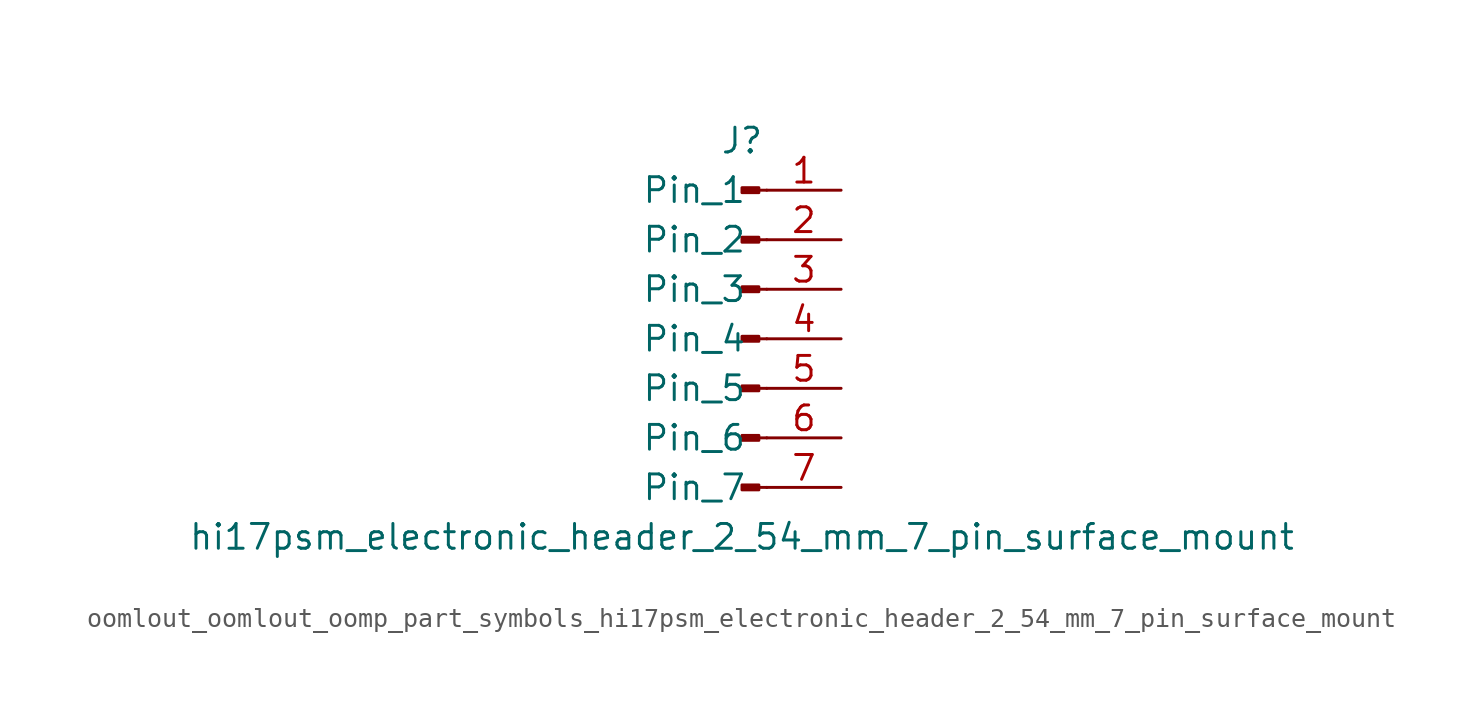
<source format=kicad_sym>
(kicad_symbol_lib
  (version 20220914)
  (generator kicad_symbol_editor)
  (symbol "oomlout_oomlout_oomp_part_symbols_hi17psm_electronic_header_2_54_mm_7_pin_surface_mount"
    (pin_names
      (offset 1.016))
    (property "Reference" "J"
      (at 0 10.16 0)
      (effects (font (size 1.27 1.27))))
    (property "Value" "hi17psm_electronic_header_2_54_mm_7_pin_surface_mount"
      (at 0 -10.16 0)
      (effects (font (size 1.27 1.27))))
    (property "ki_locked" ""
      (at 0 0 0)
      (effects (font (size 1.27 1.27))))
    (symbol "oomlout_oomlout_oomp_part_symbols_hi17psm_electronic_header_2_54_mm_7_pin_surface_mount_1_1"
      (polyline (pts (xy 1.27 -7.62) (xy 0.864 -7.62)) (stroke (width 0.152) (type default)) (fill (type none)))
      (polyline (pts (xy 1.27 -5.08) (xy 0.864 -5.08)) (stroke (width 0.152) (type default)) (fill (type none)))
      (polyline (pts (xy 1.27 -2.54) (xy 0.864 -2.54)) (stroke (width 0.152) (type default)) (fill (type none)))
      (polyline (pts (xy 1.27 0) (xy 0.864 0)) (stroke (width 0.152) (type default)) (fill (type none)))
      (polyline (pts (xy 1.27 2.54) (xy 0.864 2.54)) (stroke (width 0.152) (type default)) (fill (type none)))
      (polyline (pts (xy 1.27 5.08) (xy 0.864 5.08)) (stroke (width 0.152) (type default)) (fill (type none)))
      (polyline (pts (xy 1.27 7.62) (xy 0.864 7.62)) (stroke (width 0.152) (type default)) (fill (type none)))
      (rectangle (start 0.864 -7.493) (end 0 -7.747) (stroke (width 0.152) (type default)) (fill (type outline)))
      (rectangle (start 0.864 -4.953) (end 0 -5.207) (stroke (width 0.152) (type default)) (fill (type outline)))
      (rectangle (start 0.864 -2.413) (end 0 -2.667) (stroke (width 0.152) (type default)) (fill (type outline)))
      (rectangle (start 0.864 0.127) (end 0 -0.127) (stroke (width 0.152) (type default)) (fill (type outline)))
      (rectangle (start 0.864 2.667) (end 0 2.413) (stroke (width 0.152) (type default)) (fill (type outline)))
      (rectangle (start 0.864 5.207) (end 0 4.953) (stroke (width 0.152) (type default)) (fill (type outline)))
      (rectangle (start 0.864 7.747) (end 0 7.493) (stroke (width 0.152) (type default)) (fill (type outline)))
      (pin passive line (at 5.08 7.62 180) (length 3.81) (name "Pin_1" (effects (font (size 1.27 1.27)))) (number "1" (effects (font (size 1.27 1.27)))))
      (pin passive line (at 5.08 5.08 180) (length 3.81) (name "Pin_2" (effects (font (size 1.27 1.27)))) (number "2" (effects (font (size 1.27 1.27)))))
      (pin passive line (at 5.08 2.54 180) (length 3.81) (name "Pin_3" (effects (font (size 1.27 1.27)))) (number "3" (effects (font (size 1.27 1.27)))))
      (pin passive line (at 5.08 0 180) (length 3.81) (name "Pin_4" (effects (font (size 1.27 1.27)))) (number "4" (effects (font (size 1.27 1.27)))))
      (pin passive line (at 5.08 -2.54 180) (length 3.81) (name "Pin_5" (effects (font (size 1.27 1.27)))) (number "5" (effects (font (size 1.27 1.27)))))
      (pin passive line (at 5.08 -5.08 180) (length 3.81) (name "Pin_6" (effects (font (size 1.27 1.27)))) (number "6" (effects (font (size 1.27 1.27)))))
      (pin passive line (at 5.08 -7.62 180) (length 3.81) (name "Pin_7" (effects (font (size 1.27 1.27)))) (number "7" (effects (font (size 1.27 1.27))))))))
</source>
